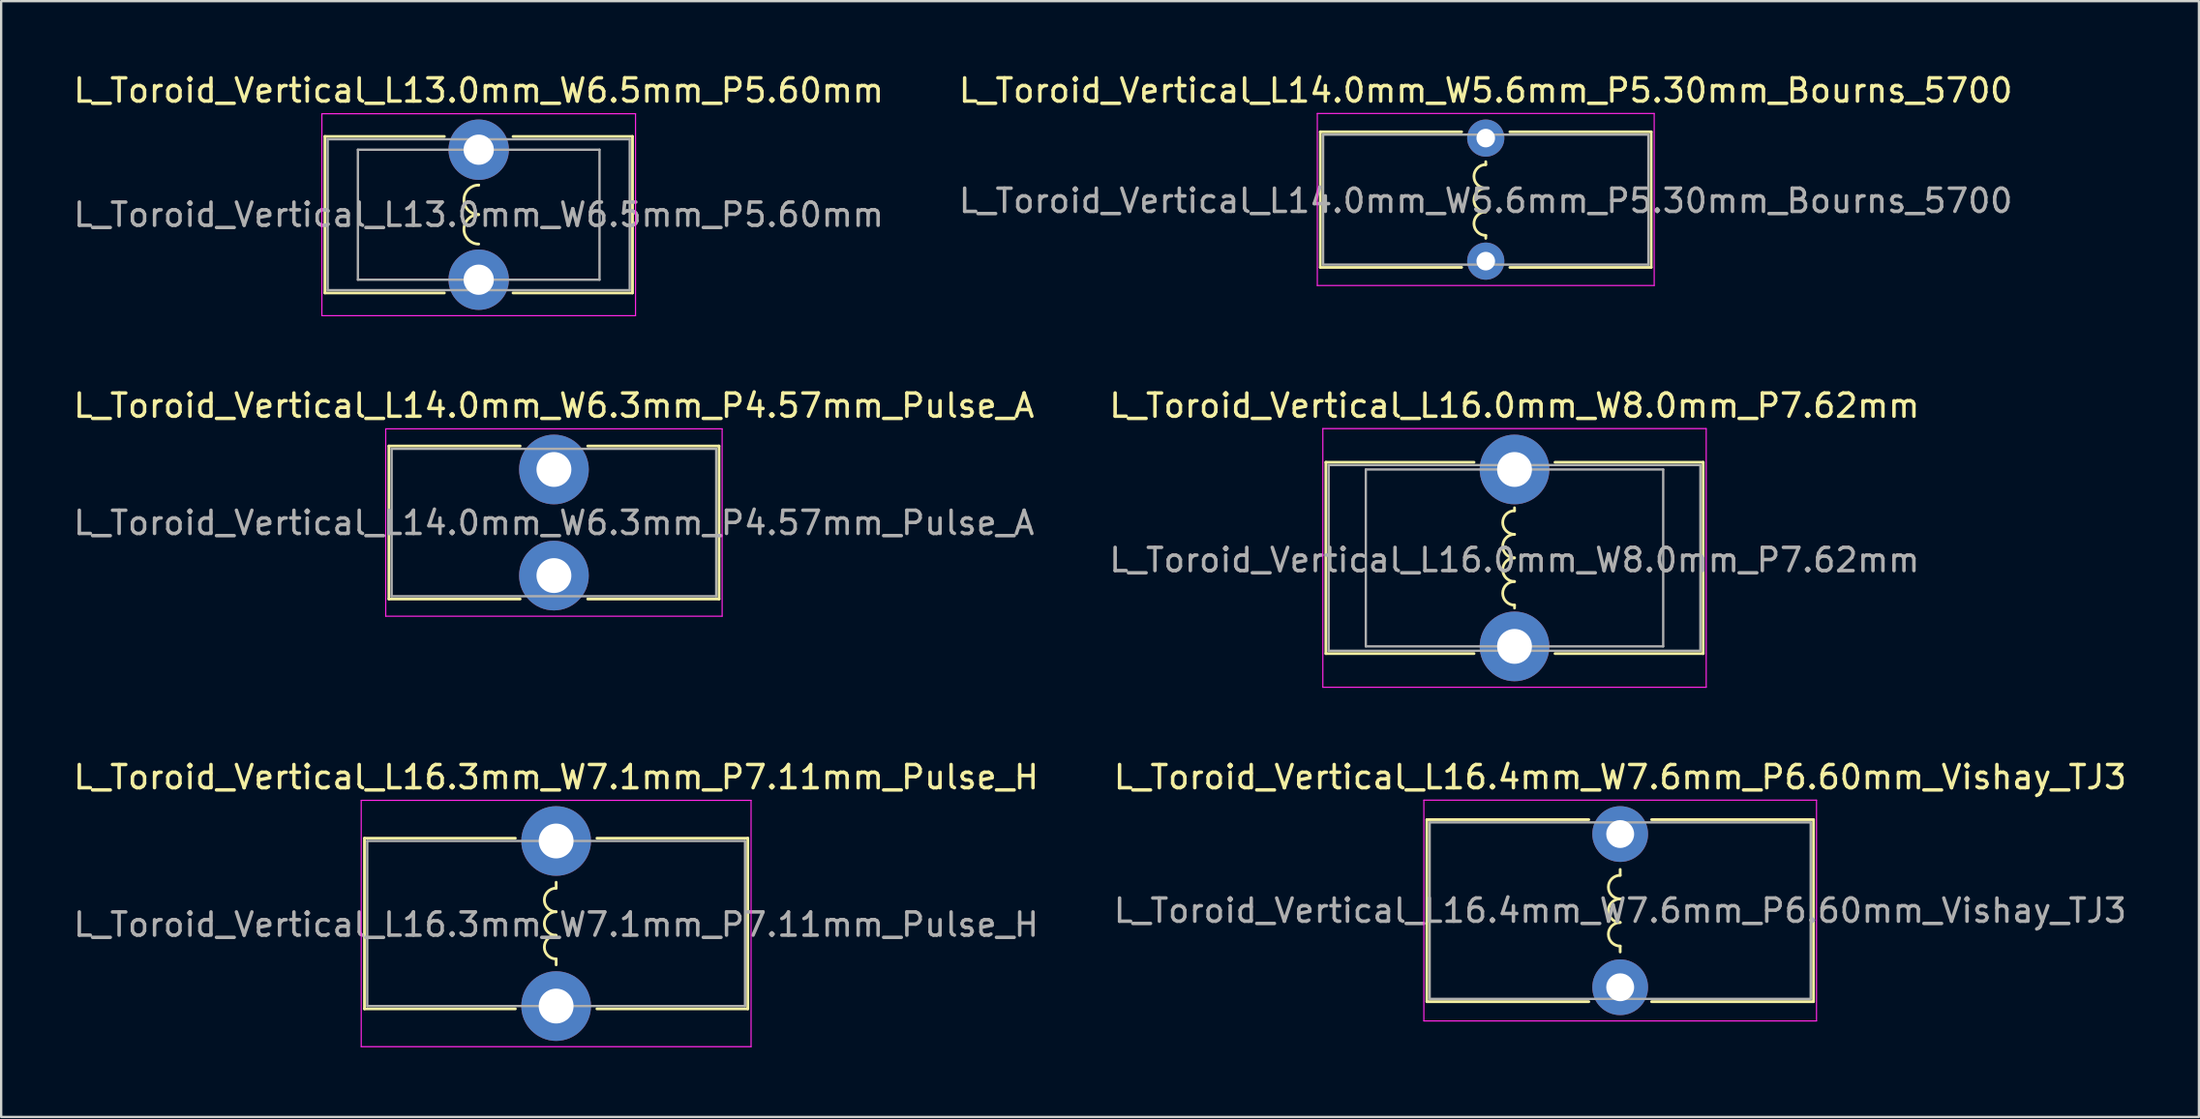
<source format=kicad_pcb>
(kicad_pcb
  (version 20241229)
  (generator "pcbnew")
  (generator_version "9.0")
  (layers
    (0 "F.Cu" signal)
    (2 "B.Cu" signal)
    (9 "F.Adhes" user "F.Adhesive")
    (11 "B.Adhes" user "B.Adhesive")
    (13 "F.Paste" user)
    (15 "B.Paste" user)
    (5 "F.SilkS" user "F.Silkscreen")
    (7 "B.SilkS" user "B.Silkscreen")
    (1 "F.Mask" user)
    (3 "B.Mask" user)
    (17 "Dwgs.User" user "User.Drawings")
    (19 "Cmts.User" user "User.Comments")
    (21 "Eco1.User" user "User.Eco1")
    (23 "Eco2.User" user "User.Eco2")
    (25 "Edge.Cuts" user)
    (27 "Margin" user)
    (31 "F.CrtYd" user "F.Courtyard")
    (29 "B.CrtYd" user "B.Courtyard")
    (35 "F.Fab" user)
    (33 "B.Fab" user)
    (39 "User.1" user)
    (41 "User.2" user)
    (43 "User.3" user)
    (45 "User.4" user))
  (footprint "L_Toroid_Vertical_L13.0mm_W6.5mm_P5.60mm"
    (layer "F.Cu")
    (at 17.554 3.398)
    (property "Reference" "L_Toroid_Vertical_L13.0mm_W6.5mm_P5.60mm" (at 0 -2.55 0) (layer "F.SilkS") (effects (font (size 1 1) (thickness 0.15))))
    (attr through_hole)
    (fp_line (start -6.62 -0.57) (end -6.62 6.17) (stroke (width 0.12) (type solid)) (layer "F.SilkS"))
    (fp_line (start -6.62 -0.57) (end -1.478 -0.57) (stroke (width 0.12) (type solid)) (layer "F.SilkS"))
    (fp_line (start -6.62 6.17) (end -1.478 6.17) (stroke (width 0.12) (type solid)) (layer "F.SilkS"))
    (fp_line (start 0 1.524) (end 0 1.524) (stroke (width 0.12) (type solid)) (layer "F.SilkS"))
    (fp_line (start 1.478 -0.57) (end 6.62 -0.57) (stroke (width 0.12) (type solid)) (layer "F.SilkS"))
    (fp_line (start 1.478 6.17) (end 6.62 6.17) (stroke (width 0.12) (type solid)) (layer "F.SilkS"))
    (fp_line (start 6.62 -0.57) (end 6.62 6.17) (stroke (width 0.12) (type solid)) (layer "F.SilkS"))
    (fp_arc (start 0 2.794) (mid -0.635 2.159) (end 0 1.524) (stroke (width 0.12) (type solid)) (layer "F.SilkS"))
    (fp_arc (start 0 4.064) (mid -0.635 3.429) (end 0 2.794) (stroke (width 0.12) (type solid)) (layer "F.SilkS"))
    (fp_line (start -6.75 -1.55) (end -6.75 7.15) (stroke (width 0.05) (type solid)) (layer "F.CrtYd"))
    (fp_line (start -6.75 7.15) (end 6.75 7.15) (stroke (width 0.05) (type solid)) (layer "F.CrtYd"))
    (fp_line (start 6.75 -1.55) (end -6.75 -1.55) (stroke (width 0.05) (type solid)) (layer "F.CrtYd"))
    (fp_line (start 6.75 7.15) (end 6.75 -1.55) (stroke (width 0.05) (type solid)) (layer "F.CrtYd"))
    (fp_line (start -6.5 -0.45) (end -6.5 6.05) (stroke (width 0.1) (type solid)) (layer "F.Fab"))
    (fp_line (start -6.5 6.05) (end 6.5 6.05) (stroke (width 0.1) (type solid)) (layer "F.Fab"))
    (fp_line (start -5.2 0) (end -5.2 5.6) (stroke (width 0.1) (type solid)) (layer "F.Fab"))
    (fp_line (start -5.2 5.6) (end 5.2 5.6) (stroke (width 0.1) (type solid)) (layer "F.Fab"))
    (fp_line (start 5.2 0) (end -5.2 0) (stroke (width 0.1) (type solid)) (layer "F.Fab"))
    (fp_line (start 5.2 5.6) (end 5.2 0) (stroke (width 0.1) (type solid)) (layer "F.Fab"))
    (fp_line (start 6.5 -0.45) (end -6.5 -0.45) (stroke (width 0.1) (type solid)) (layer "F.Fab"))
    (fp_line (start 6.5 6.05) (end 6.5 -0.45) (stroke (width 0.1) (type solid)) (layer "F.Fab"))
    (fp_text user "${REFERENCE}" (at 0 2.8 0) (layer "F.Fab") (effects (font (size 1 1) (thickness 0.15))))
    (pad "1" thru_hole circle (at 0 0) (size 2.6 2.6) (drill 1.3) (layers "*.Cu" "*.Mask"))
    (pad "2" thru_hole circle (at 0 5.6) (size 2.6 2.6) (drill 1.3) (layers "*.Cu" "*.Mask")))
  (footprint "L_Toroid_Vertical_L16.4mm_W7.6mm_P6.60mm_Vishay_TJ3"
    (layer "F.Cu")
    (at 66.685 32.875)
    (property "Reference" "L_Toroid_Vertical_L16.4mm_W7.6mm_P6.60mm_Vishay_TJ3" (at 0 -2.45 0) (layer "F.SilkS") (effects (font (size 1 1) (thickness 0.15))))
    (attr through_hole)
    (fp_line (start -8.32 -0.62) (end -8.32 7.22) (stroke (width 0.12) (type solid)) (layer "F.SilkS"))
    (fp_line (start -8.32 -0.62) (end -1.35 -0.62) (stroke (width 0.12) (type solid)) (layer "F.SilkS"))
    (fp_line (start -8.32 7.22) (end -1.35 7.22) (stroke (width 0.12) (type solid)) (layer "F.SilkS"))
    (fp_line (start 0 1.778) (end 0 1.524) (stroke (width 0.12) (type solid)) (layer "F.SilkS"))
    (fp_line (start 0 4.826) (end 0 5.08) (stroke (width 0.12) (type solid)) (layer "F.SilkS"))
    (fp_line (start 1.35 -0.62) (end 8.32 -0.62) (stroke (width 0.12) (type solid)) (layer "F.SilkS"))
    (fp_line (start 1.35 7.22) (end 8.32 7.22) (stroke (width 0.12) (type solid)) (layer "F.SilkS"))
    (fp_line (start 8.32 -0.62) (end 8.32 7.22) (stroke (width 0.12) (type solid)) (layer "F.SilkS"))
    (fp_arc (start 0 2.794) (mid -0.508 2.286) (end 0 1.778) (stroke (width 0.12) (type solid)) (layer "F.SilkS"))
    (fp_arc (start 0 3.81) (mid -0.508 3.302) (end 0 2.794) (stroke (width 0.12) (type solid)) (layer "F.SilkS"))
    (fp_arc (start 0 4.826) (mid -0.508 4.318) (end 0 3.81) (stroke (width 0.12) (type solid)) (layer "F.SilkS"))
    (fp_line (start -8.45 -1.46) (end -8.45 8.05) (stroke (width 0.05) (type solid)) (layer "F.CrtYd"))
    (fp_line (start -8.45 8.05) (end 8.45 8.05) (stroke (width 0.05) (type solid)) (layer "F.CrtYd"))
    (fp_line (start 8.45 -1.46) (end -8.45 -1.46) (stroke (width 0.05) (type solid)) (layer "F.CrtYd"))
    (fp_line (start 8.45 8.05) (end 8.45 -1.46) (stroke (width 0.05) (type solid)) (layer "F.CrtYd"))
    (fp_line (start -8.2 -0.5) (end -8.2 7.1) (stroke (width 0.1) (type solid)) (layer "F.Fab"))
    (fp_line (start -8.2 7.1) (end 8.2 7.1) (stroke (width 0.1) (type solid)) (layer "F.Fab"))
    (fp_line (start 8.2 -0.5) (end -8.2 -0.5) (stroke (width 0.1) (type solid)) (layer "F.Fab"))
    (fp_line (start 8.2 7.1) (end 8.2 -0.5) (stroke (width 0.1) (type solid)) (layer "F.Fab"))
    (fp_text user "${REFERENCE}" (at 0 3.3 0) (layer "F.Fab") (effects (font (size 1 1) (thickness 0.15))))
    (pad "1" thru_hole circle (at 0 0) (size 2.4 2.4) (drill 1.2) (layers "*.Cu" "*.Mask"))
    (pad "2" thru_hole circle (at 0 6.6) (size 2.4 2.4) (drill 1.2) (layers "*.Cu" "*.Mask")))
  (footprint "L_Toroid_Vertical_L14.0mm_W6.3mm_P4.57mm_Pulse_A"
    (layer "F.Cu")
    (at 20.792 17.172)
    (property "Reference" "L_Toroid_Vertical_L14.0mm_W6.3mm_P4.57mm_Pulse_A" (at 0 -2.75 0) (layer "F.SilkS") (effects (font (size 1 1) (thickness 0.15))))
    (attr through_hole)
    (fp_line (start -7.105 -1.01) (end -7.105 5.58) (stroke (width 0.12) (type solid)) (layer "F.SilkS"))
    (fp_line (start -7.105 -1.01) (end -1.454 -1.01) (stroke (width 0.12) (type solid)) (layer "F.SilkS"))
    (fp_line (start -7.105 5.58) (end -1.454 5.58) (stroke (width 0.12) (type solid)) (layer "F.SilkS"))
    (fp_line (start 1.454 -1.01) (end 7.105 -1.01) (stroke (width 0.12) (type solid)) (layer "F.SilkS"))
    (fp_line (start 1.454 5.58) (end 7.105 5.58) (stroke (width 0.12) (type solid)) (layer "F.SilkS"))
    (fp_line (start 7.105 -1.01) (end 7.105 5.58) (stroke (width 0.12) (type solid)) (layer "F.SilkS"))
    (fp_line (start -7.24 -1.75) (end -7.24 6.32) (stroke (width 0.05) (type solid)) (layer "F.CrtYd"))
    (fp_line (start -7.24 6.32) (end 7.24 6.32) (stroke (width 0.05) (type solid)) (layer "F.CrtYd"))
    (fp_line (start 7.24 -1.75) (end -7.24 -1.75) (stroke (width 0.05) (type solid)) (layer "F.CrtYd"))
    (fp_line (start 7.24 6.32) (end 7.24 -1.75) (stroke (width 0.05) (type solid)) (layer "F.CrtYd"))
    (fp_line (start -6.985 -0.89) (end -6.985 5.46) (stroke (width 0.1) (type solid)) (layer "F.Fab"))
    (fp_line (start -6.985 5.46) (end 6.985 5.46) (stroke (width 0.1) (type solid)) (layer "F.Fab"))
    (fp_line (start 6.985 -0.89) (end -6.985 -0.89) (stroke (width 0.1) (type solid)) (layer "F.Fab"))
    (fp_line (start 6.985 5.46) (end 6.985 -0.89) (stroke (width 0.1) (type solid)) (layer "F.Fab"))
    (fp_text user "${REFERENCE}" (at 0 2.3 0) (layer "F.Fab") (effects (font (size 1 1) (thickness 0.15))))
    (pad "1" thru_hole circle (at 0 0) (size 3 3) (drill 1.5) (layers "*.Cu" "*.Mask"))
    (pad "2" thru_hole circle (at 0 4.57) (size 3 3) (drill 1.5) (layers "*.Cu" "*.Mask")))
  (footprint "L_Toroid_Vertical_L14.0mm_W5.6mm_P5.30mm_Bourns_5700"
    (layer "F.Cu")
    (at 60.899 2.898)
    (property "Reference" "L_Toroid_Vertical_L14.0mm_W5.6mm_P5.30mm_Bourns_5700" (at 0 -2.05 0) (layer "F.SilkS") (effects (font (size 1 1) (thickness 0.15))))
    (attr through_hole)
    (fp_line (start -7.12 -0.27) (end -7.12 5.57) (stroke (width 0.12) (type solid)) (layer "F.SilkS"))
    (fp_line (start -7.12 -0.27) (end -1.037 -0.27) (stroke (width 0.12) (type solid)) (layer "F.SilkS"))
    (fp_line (start -7.12 5.57) (end -1.037 5.57) (stroke (width 0.12) (type solid)) (layer "F.SilkS"))
    (fp_line (start 0 1.143) (end 0 1.016) (stroke (width 0.12) (type solid)) (layer "F.SilkS"))
    (fp_line (start 0 4.191) (end 0 4.318) (stroke (width 0.12) (type solid)) (layer "F.SilkS"))
    (fp_line (start 1.037 -0.27) (end 7.12 -0.27) (stroke (width 0.12) (type solid)) (layer "F.SilkS"))
    (fp_line (start 1.037 5.57) (end 7.12 5.57) (stroke (width 0.12) (type solid)) (layer "F.SilkS"))
    (fp_line (start 7.12 -0.27) (end 7.12 5.57) (stroke (width 0.12) (type solid)) (layer "F.SilkS"))
    (fp_arc (start 0 2.159) (mid -0.508 1.651) (end 0 1.143) (stroke (width 0.12) (type solid)) (layer "F.SilkS"))
    (fp_arc (start 0 3.175) (mid -0.508 2.667) (end 0 2.159) (stroke (width 0.12) (type solid)) (layer "F.SilkS"))
    (fp_arc (start 0 4.191) (mid -0.508 3.683) (end 0 3.175) (stroke (width 0.12) (type solid)) (layer "F.SilkS"))
    (fp_line (start -7.25 -1.06) (end -7.25 6.35) (stroke (width 0.05) (type solid)) (layer "F.CrtYd"))
    (fp_line (start -7.25 6.35) (end 7.25 6.35) (stroke (width 0.05) (type solid)) (layer "F.CrtYd"))
    (fp_line (start 7.25 -1.06) (end -7.25 -1.06) (stroke (width 0.05) (type solid)) (layer "F.CrtYd"))
    (fp_line (start 7.25 6.35) (end 7.25 -1.06) (stroke (width 0.05) (type solid)) (layer "F.CrtYd"))
    (fp_line (start -7 -0.15) (end -7 5.45) (stroke (width 0.1) (type solid)) (layer "F.Fab"))
    (fp_line (start -7 5.45) (end 7 5.45) (stroke (width 0.1) (type solid)) (layer "F.Fab"))
    (fp_line (start 7 -0.15) (end -7 -0.15) (stroke (width 0.1) (type solid)) (layer "F.Fab"))
    (fp_line (start 7 5.45) (end 7 -0.15) (stroke (width 0.1) (type solid)) (layer "F.Fab"))
    (fp_text user "${REFERENCE}" (at 0 2.7 0) (layer "F.Fab") (effects (font (size 1 1) (thickness 0.15))))
    (pad "1" thru_hole circle (at 0 0) (size 1.6 1.6) (drill 0.8) (layers "*.Cu" "*.Mask"))
    (pad "2" thru_hole circle (at 0 5.3) (size 1.6 1.6) (drill 0.8) (layers "*.Cu" "*.Mask")))
  (footprint "L_Toroid_Vertical_L16.0mm_W8.0mm_P7.62mm"
    (layer "F.Cu")
    (at 62.137 17.172)
    (property "Reference" "L_Toroid_Vertical_L16.0mm_W8.0mm_P7.62mm" (at 0 -2.75 0) (layer "F.SilkS") (effects (font (size 1 1) (thickness 0.15))))
    (attr through_hole)
    (fp_line (start -8.12 -0.31) (end -8.12 7.93) (stroke (width 0.12) (type solid)) (layer "F.SilkS"))
    (fp_line (start -8.12 -0.31) (end -1.742 -0.31) (stroke (width 0.12) (type solid)) (layer "F.SilkS"))
    (fp_line (start -8.12 7.93) (end -1.742 7.93) (stroke (width 0.12) (type solid)) (layer "F.SilkS"))
    (fp_line (start 0 1.778) (end 0 1.651) (stroke (width 0.12) (type solid)) (layer "F.SilkS"))
    (fp_line (start 0 5.842) (end 0 5.969) (stroke (width 0.12) (type solid)) (layer "F.SilkS"))
    (fp_line (start 1.742 -0.31) (end 8.12 -0.31) (stroke (width 0.12) (type solid)) (layer "F.SilkS"))
    (fp_line (start 1.742 7.93) (end 8.12 7.93) (stroke (width 0.12) (type solid)) (layer "F.SilkS"))
    (fp_line (start 8.12 -0.31) (end 8.12 7.93) (stroke (width 0.12) (type solid)) (layer "F.SilkS"))
    (fp_arc (start 0 2.794) (mid -0.508 2.286) (end 0 1.778) (stroke (width 0.12) (type solid)) (layer "F.SilkS"))
    (fp_arc (start 0 3.81) (mid -0.508 3.302) (end 0 2.794) (stroke (width 0.12) (type solid)) (layer "F.SilkS"))
    (fp_arc (start 0 4.826) (mid -0.508 4.318) (end 0 3.81) (stroke (width 0.12) (type solid)) (layer "F.SilkS"))
    (fp_arc (start 0 5.842) (mid -0.508 5.334) (end 0 4.826) (stroke (width 0.12) (type solid)) (layer "F.SilkS"))
    (fp_line (start -8.25 -1.76) (end -8.25 9.38) (stroke (width 0.05) (type solid)) (layer "F.CrtYd"))
    (fp_line (start -8.25 9.38) (end 8.25 9.38) (stroke (width 0.05) (type solid)) (layer "F.CrtYd"))
    (fp_line (start 8.25 -1.76) (end -8.25 -1.76) (stroke (width 0.05) (type solid)) (layer "F.CrtYd"))
    (fp_line (start 8.25 9.38) (end 8.25 -1.76) (stroke (width 0.05) (type solid)) (layer "F.CrtYd"))
    (fp_line (start -8 -0.19) (end -8 7.81) (stroke (width 0.1) (type solid)) (layer "F.Fab"))
    (fp_line (start -8 7.81) (end 8 7.81) (stroke (width 0.1) (type solid)) (layer "F.Fab"))
    (fp_line (start -6.4 0) (end -6.4 7.62) (stroke (width 0.1) (type solid)) (layer "F.Fab"))
    (fp_line (start -6.4 7.62) (end 6.4 7.62) (stroke (width 0.1) (type solid)) (layer "F.Fab"))
    (fp_line (start 6.4 0) (end -6.4 0) (stroke (width 0.1) (type solid)) (layer "F.Fab"))
    (fp_line (start 6.4 7.62) (end 6.4 0) (stroke (width 0.1) (type solid)) (layer "F.Fab"))
    (fp_line (start 8 -0.19) (end -8 -0.19) (stroke (width 0.1) (type solid)) (layer "F.Fab"))
    (fp_line (start 8 7.81) (end 8 -0.19) (stroke (width 0.1) (type solid)) (layer "F.Fab"))
    (fp_text user "${REFERENCE}" (at 0 3.9 0) (layer "F.Fab") (effects (font (size 1 1) (thickness 0.15))))
    (pad "1" thru_hole circle (at 0 0) (size 3 3) (drill 1.5) (layers "*.Cu" "*.Mask"))
    (pad "2" thru_hole circle (at 0 7.62) (size 3 3) (drill 1.5) (layers "*.Cu" "*.Mask")))
  (footprint "L_Toroid_Vertical_L16.3mm_W7.1mm_P7.11mm_Pulse_H"
    (layer "F.Cu")
    (at 20.887 33.175)
    (property "Reference" "L_Toroid_Vertical_L16.3mm_W7.1mm_P7.11mm_Pulse_H" (at 0 -2.75 0) (layer "F.SilkS") (effects (font (size 1 1) (thickness 0.15))))
    (attr through_hole)
    (fp_line (start -8.25 -0.12) (end -8.25 7.23) (stroke (width 0.12) (type solid)) (layer "F.SilkS"))
    (fp_line (start -8.25 -0.12) (end -1.755 -0.12) (stroke (width 0.12) (type solid)) (layer "F.SilkS"))
    (fp_line (start -8.25 7.23) (end -1.755 7.23) (stroke (width 0.12) (type solid)) (layer "F.SilkS"))
    (fp_line (start 0 2.032) (end 0 1.778) (stroke (width 0.12) (type solid)) (layer "F.SilkS"))
    (fp_line (start 0 5.08) (end 0 5.334) (stroke (width 0.12) (type solid)) (layer "F.SilkS"))
    (fp_line (start 1.755 -0.12) (end 8.25 -0.12) (stroke (width 0.12) (type solid)) (layer "F.SilkS"))
    (fp_line (start 1.755 7.23) (end 8.25 7.23) (stroke (width 0.12) (type solid)) (layer "F.SilkS"))
    (fp_line (start 8.25 -0.12) (end 8.25 7.23) (stroke (width 0.12) (type solid)) (layer "F.SilkS"))
    (fp_arc (start 0 3.048) (mid -0.508 2.54) (end 0 2.032) (stroke (width 0.12) (type solid)) (layer "F.SilkS"))
    (fp_arc (start 0 4.064) (mid -0.508 3.556) (end 0 3.048) (stroke (width 0.12) (type solid)) (layer "F.SilkS"))
    (fp_arc (start 0 5.08) (mid -0.508 4.572) (end 0 4.064) (stroke (width 0.12) (type solid)) (layer "F.SilkS"))
    (fp_line (start -8.39 -1.75) (end -8.39 8.86) (stroke (width 0.05) (type solid)) (layer "F.CrtYd"))
    (fp_line (start -8.39 8.86) (end 8.39 8.86) (stroke (width 0.05) (type solid)) (layer "F.CrtYd"))
    (fp_line (start 8.39 -1.75) (end -8.39 -1.75) (stroke (width 0.05) (type solid)) (layer "F.CrtYd"))
    (fp_line (start 8.39 8.86) (end 8.39 -1.75) (stroke (width 0.05) (type solid)) (layer "F.CrtYd"))
    (fp_line (start -8.13 0) (end -8.13 7.11) (stroke (width 0.1) (type solid)) (layer "F.Fab"))
    (fp_line (start -8.13 7.11) (end 8.13 7.11) (stroke (width 0.1) (type solid)) (layer "F.Fab"))
    (fp_line (start 8.13 0) (end -8.13 0) (stroke (width 0.1) (type solid)) (layer "F.Fab"))
    (fp_line (start 8.13 7.11) (end 8.13 0) (stroke (width 0.1) (type solid)) (layer "F.Fab"))
    (fp_text user "${REFERENCE}" (at 0 3.6 0) (layer "F.Fab") (effects (font (size 1 1) (thickness 0.15))))
    (pad "1" thru_hole circle (at 0 0) (size 3 3) (drill 1.5) (layers "*.Cu" "*.Mask"))
    (pad "2" thru_hole circle (at 0 7.11) (size 3 3) (drill 1.5) (layers "*.Cu" "*.Mask")))
  (gr_rect
    (start -3 -3)
    (end 91.595 45.06)
    (stroke (width 0.1) (type default))
    (fill no)
    (layer "Edge.Cuts")))
</source>
